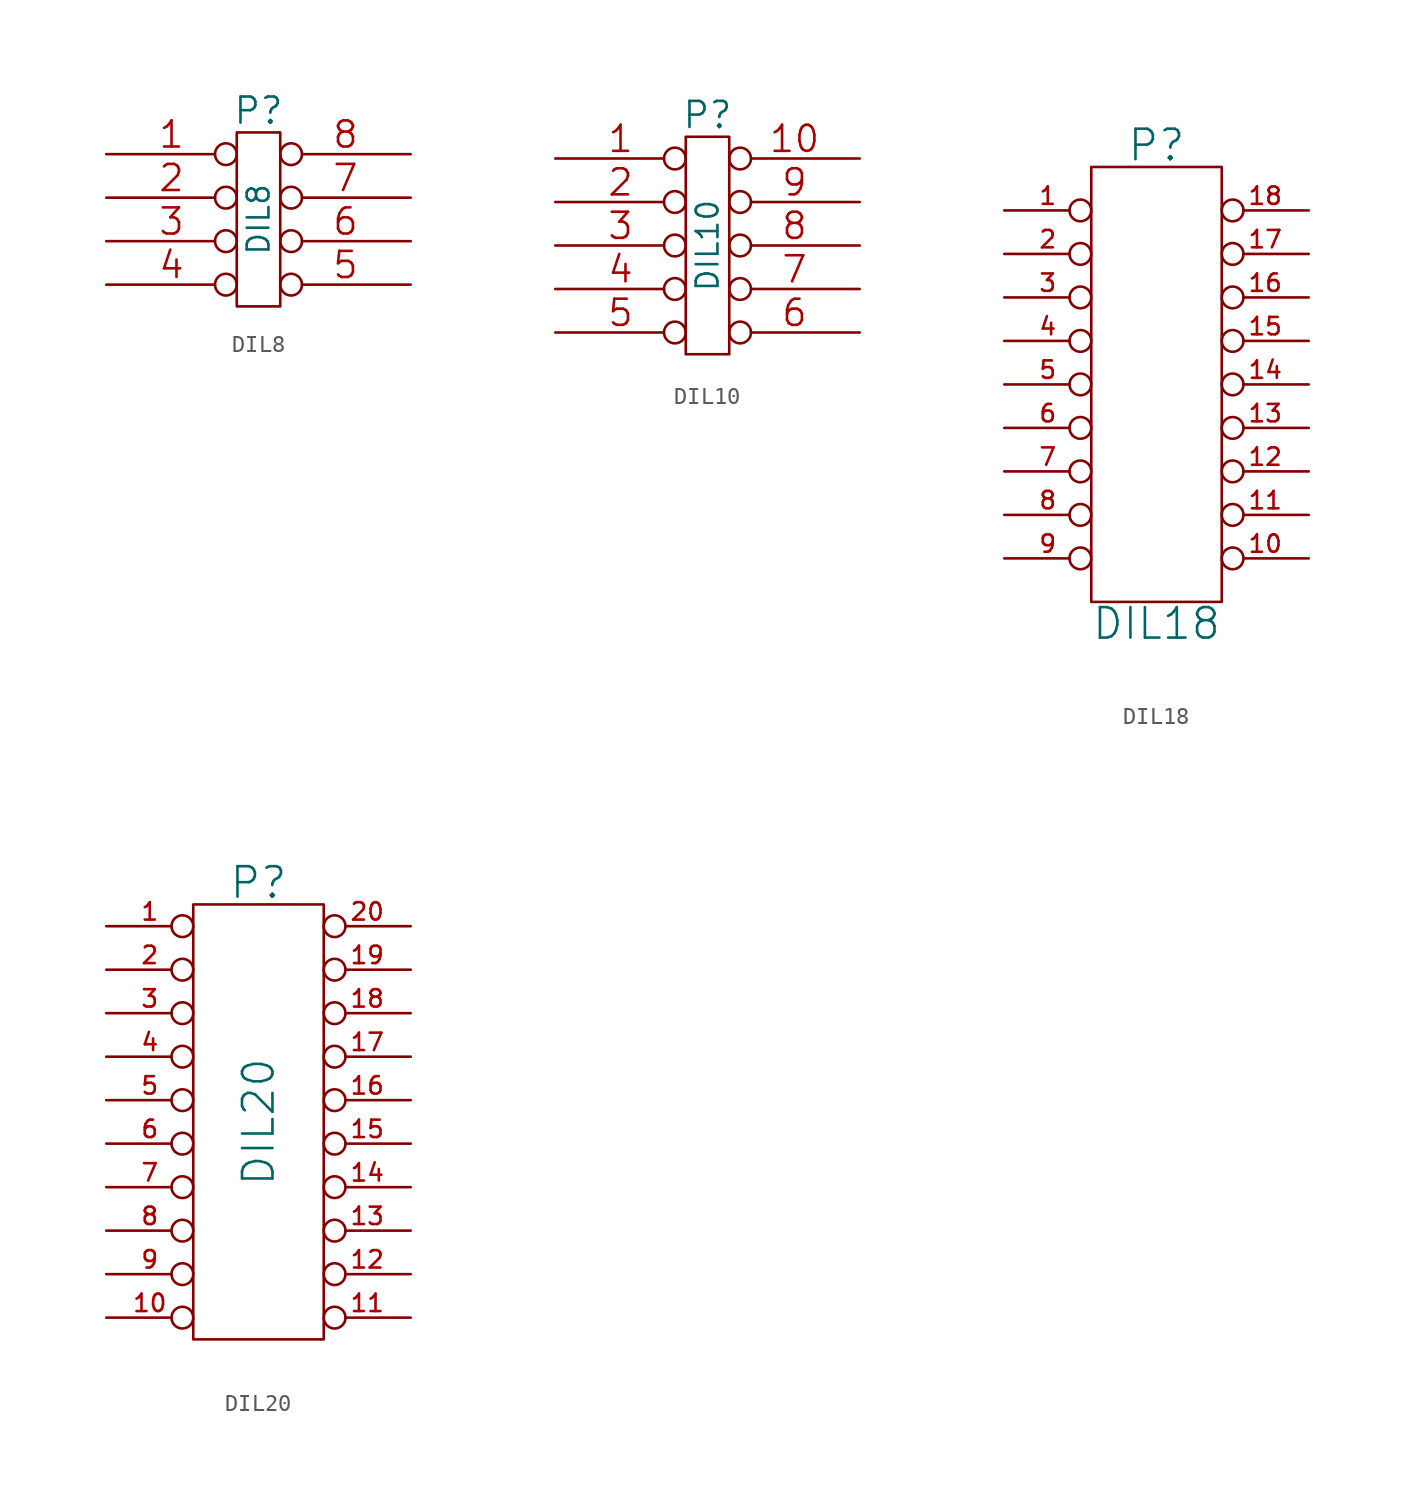
<source format=kicad_sym>
(kicad_symbol_lib
  (version 20220914)
  (generator kicad_symbol_editor)
  (symbol "DIL8"
    (pin_names
      (offset 1.016) hide)
    (property "Reference" "P"
      (at 0 6.35 0)
      (effects (font (size 1.524 1.524))))
    (property "Value" "DIL8"
      (at 0 0 90)
      (effects (font (size 1.27 1.27))))
    (property "Footprint" ""
      (at 0 0 0)
      (effects (font (size 1.524 1.524))))
    (property "Datasheet" ""
      (at 0 0 0)
      (effects (font (size 1.524 1.524))))
    (symbol "DIL8_0_1"
      (rectangle (start -1.27 5.08) (end 1.27 -5.08) (stroke (width 0) (type default)) (fill (type none))))
    (symbol "DIL8_1_1"
      (pin passive inverted (at -8.89 3.81 0) (length 7.62) (name "P1" (effects (font (size 1.524 1.524)))) (number "1" (effects (font (size 1.524 1.524)))))
      (pin passive inverted (at -8.89 1.27 0) (length 7.62) (name "P2" (effects (font (size 1.524 1.524)))) (number "2" (effects (font (size 1.524 1.524)))))
      (pin passive inverted (at -8.89 -1.27 0) (length 7.62) (name "P3" (effects (font (size 1.524 1.524)))) (number "3" (effects (font (size 1.524 1.524)))))
      (pin passive inverted (at -8.89 -3.81 0) (length 7.62) (name "P4" (effects (font (size 1.524 1.524)))) (number "4" (effects (font (size 1.524 1.524)))))
      (pin passive inverted (at 8.89 -3.81 180) (length 7.62) (name "P5" (effects (font (size 1.524 1.524)))) (number "5" (effects (font (size 1.524 1.524)))))
      (pin passive inverted (at 8.89 -1.27 180) (length 7.62) (name "P6" (effects (font (size 1.524 1.524)))) (number "6" (effects (font (size 1.524 1.524)))))
      (pin passive inverted (at 8.89 1.27 180) (length 7.62) (name "P7" (effects (font (size 1.524 1.524)))) (number "7" (effects (font (size 1.524 1.524)))))
      (pin passive inverted (at 8.89 3.81 180) (length 7.62) (name "P8" (effects (font (size 1.524 1.524)))) (number "8" (effects (font (size 1.524 1.524)))))))
  (symbol "DIL10"
    (pin_names
      (offset 1.016) hide)
    (property "Reference" "P"
      (at 0 7.62 0)
      (effects (font (size 1.524 1.524))))
    (property "Value" "DIL10"
      (at 0 0 90)
      (effects (font (size 1.27 1.27))))
    (property "Footprint" ""
      (at 0 0 0)
      (effects (font (size 1.524 1.524))))
    (property "Datasheet" ""
      (at 0 0 0)
      (effects (font (size 1.524 1.524))))
    (symbol "DIL10_0_1"
      (rectangle (start -1.27 6.35) (end 1.27 -6.35) (stroke (width 0) (type default)) (fill (type none))))
    (symbol "DIL10_1_1"
      (pin passive inverted (at -8.89 5.08 0) (length 7.62) (name "P1" (effects (font (size 1.524 1.524)))) (number "1" (effects (font (size 1.524 1.524)))))
      (pin passive inverted (at 8.89 5.08 180) (length 7.62) (name "P10" (effects (font (size 1.524 1.524)))) (number "10" (effects (font (size 1.524 1.524)))))
      (pin passive inverted (at -8.89 2.54 0) (length 7.62) (name "P2" (effects (font (size 1.524 1.524)))) (number "2" (effects (font (size 1.524 1.524)))))
      (pin passive inverted (at -8.89 0 0) (length 7.62) (name "P3" (effects (font (size 1.524 1.524)))) (number "3" (effects (font (size 1.524 1.524)))))
      (pin passive inverted (at -8.89 -2.54 0) (length 7.62) (name "P4" (effects (font (size 1.524 1.524)))) (number "4" (effects (font (size 1.524 1.524)))))
      (pin passive inverted (at -8.89 -5.08 0) (length 7.62) (name "P5" (effects (font (size 1.524 1.524)))) (number "5" (effects (font (size 1.524 1.524)))))
      (pin passive inverted (at 8.89 -5.08 180) (length 7.62) (name "P6" (effects (font (size 1.524 1.524)))) (number "6" (effects (font (size 1.524 1.524)))))
      (pin passive inverted (at 8.89 -2.54 180) (length 7.62) (name "P7" (effects (font (size 1.524 1.524)))) (number "7" (effects (font (size 1.524 1.524)))))
      (pin passive inverted (at 8.89 0 180) (length 7.62) (name "P8" (effects (font (size 1.524 1.524)))) (number "8" (effects (font (size 1.524 1.524)))))
      (pin passive inverted (at 8.89 2.54 180) (length 7.62) (name "P9" (effects (font (size 1.524 1.524)))) (number "9" (effects (font (size 1.524 1.524)))))))
  (symbol "DIL18"
    (pin_names
      (offset 1.016) hide)
    (property "Reference" "P"
      (at 0 13.97 0)
      (effects (font (size 1.778 1.778))))
    (property "Value" "DIL18"
      (at 0 -13.97 0)
      (effects (font (size 1.778 1.778))))
    (property "Footprint" ""
      (at 0 0 0)
      (effects (font (size 1.524 1.524))))
    (property "Datasheet" ""
      (at 0 0 0)
      (effects (font (size 1.524 1.524))))
    (symbol "DIL18_0_1"
      (rectangle (start -3.81 12.7) (end 3.81 -12.7) (stroke (width 0) (type default)) (fill (type none))))
    (symbol "DIL18_1_1"
      (pin passive inverted (at -8.89 10.16 0) (length 5.08) (name "P1" (effects (font (size 1.016 1.016)))) (number "1" (effects (font (size 1.016 1.016)))))
      (pin passive inverted (at 8.89 -10.16 180) (length 5.08) (name "P10" (effects (font (size 1.016 1.016)))) (number "10" (effects (font (size 1.016 1.016)))))
      (pin passive inverted (at 8.89 -7.62 180) (length 5.08) (name "P11" (effects (font (size 1.016 1.016)))) (number "11" (effects (font (size 1.016 1.016)))))
      (pin passive inverted (at 8.89 -5.08 180) (length 5.08) (name "P12" (effects (font (size 1.016 1.016)))) (number "12" (effects (font (size 1.016 1.016)))))
      (pin passive inverted (at 8.89 -2.54 180) (length 5.08) (name "P13" (effects (font (size 1.016 1.016)))) (number "13" (effects (font (size 1.016 1.016)))))
      (pin passive inverted (at 8.89 0 180) (length 5.08) (name "P14" (effects (font (size 1.016 1.016)))) (number "14" (effects (font (size 1.016 1.016)))))
      (pin passive inverted (at 8.89 2.54 180) (length 5.08) (name "P15" (effects (font (size 1.016 1.016)))) (number "15" (effects (font (size 1.016 1.016)))))
      (pin passive inverted (at 8.89 5.08 180) (length 5.08) (name "P16" (effects (font (size 1.016 1.016)))) (number "16" (effects (font (size 1.016 1.016)))))
      (pin passive inverted (at 8.89 7.62 180) (length 5.08) (name "P17" (effects (font (size 1.016 1.016)))) (number "17" (effects (font (size 1.016 1.016)))))
      (pin passive inverted (at 8.89 10.16 180) (length 5.08) (name "P18" (effects (font (size 1.016 1.016)))) (number "18" (effects (font (size 1.016 1.016)))))
      (pin passive inverted (at -8.89 7.62 0) (length 5.08) (name "P2" (effects (font (size 1.016 1.016)))) (number "2" (effects (font (size 1.016 1.016)))))
      (pin passive inverted (at -8.89 5.08 0) (length 5.08) (name "P3" (effects (font (size 1.016 1.016)))) (number "3" (effects (font (size 1.016 1.016)))))
      (pin passive inverted (at -8.89 2.54 0) (length 5.08) (name "P4" (effects (font (size 1.016 1.016)))) (number "4" (effects (font (size 1.016 1.016)))))
      (pin passive inverted (at -8.89 0 0) (length 5.08) (name "P5" (effects (font (size 1.016 1.016)))) (number "5" (effects (font (size 1.016 1.016)))))
      (pin passive inverted (at -8.89 -2.54 0) (length 5.08) (name "P6" (effects (font (size 1.016 1.016)))) (number "6" (effects (font (size 1.016 1.016)))))
      (pin passive inverted (at -8.89 -5.08 0) (length 5.08) (name "P7" (effects (font (size 1.016 1.016)))) (number "7" (effects (font (size 1.016 1.016)))))
      (pin passive inverted (at -8.89 -7.62 0) (length 5.08) (name "P8" (effects (font (size 1.016 1.016)))) (number "8" (effects (font (size 1.016 1.016)))))
      (pin passive inverted (at -8.89 -10.16 0) (length 5.08) (name "P9" (effects (font (size 1.016 1.016)))) (number "9" (effects (font (size 1.016 1.016)))))))
  (symbol "DIL20"
    (pin_names
      (offset 1.016) hide)
    (property "Reference" "P"
      (at 0 13.97 0)
      (effects (font (size 1.778 1.778))))
    (property "Value" "DIL20"
      (at 0 0 90)
      (effects (font (size 1.778 1.778))))
    (property "Footprint" ""
      (at 0 0 0)
      (effects (font (size 1.524 1.524))))
    (property "Datasheet" ""
      (at 0 0 0)
      (effects (font (size 1.524 1.524))))
    (symbol "DIL20_0_1"
      (rectangle (start -3.81 12.7) (end 3.81 -12.7) (stroke (width 0) (type default)) (fill (type none))))
    (symbol "DIL20_1_1"
      (pin passive inverted (at -8.89 11.43 0) (length 5.08) (name "P1" (effects (font (size 1.016 1.016)))) (number "1" (effects (font (size 1.016 1.016)))))
      (pin passive inverted (at -8.89 -11.43 0) (length 5.08) (name "P10" (effects (font (size 1.016 1.016)))) (number "10" (effects (font (size 1.016 1.016)))))
      (pin passive inverted (at 8.89 -11.43 180) (length 5.08) (name "P11" (effects (font (size 1.016 1.016)))) (number "11" (effects (font (size 1.016 1.016)))))
      (pin passive inverted (at 8.89 -8.89 180) (length 5.08) (name "P12" (effects (font (size 1.016 1.016)))) (number "12" (effects (font (size 1.016 1.016)))))
      (pin passive inverted (at 8.89 -6.35 180) (length 5.08) (name "P13" (effects (font (size 1.016 1.016)))) (number "13" (effects (font (size 1.016 1.016)))))
      (pin passive inverted (at 8.89 -3.81 180) (length 5.08) (name "P14" (effects (font (size 1.016 1.016)))) (number "14" (effects (font (size 1.016 1.016)))))
      (pin passive inverted (at 8.89 -1.27 180) (length 5.08) (name "P15" (effects (font (size 1.016 1.016)))) (number "15" (effects (font (size 1.016 1.016)))))
      (pin passive inverted (at 8.89 1.27 180) (length 5.08) (name "P16" (effects (font (size 1.016 1.016)))) (number "16" (effects (font (size 1.016 1.016)))))
      (pin passive inverted (at 8.89 3.81 180) (length 5.08) (name "P17" (effects (font (size 1.016 1.016)))) (number "17" (effects (font (size 1.016 1.016)))))
      (pin passive inverted (at 8.89 6.35 180) (length 5.08) (name "P18" (effects (font (size 1.016 1.016)))) (number "18" (effects (font (size 1.016 1.016)))))
      (pin passive inverted (at 8.89 8.89 180) (length 5.08) (name "P19" (effects (font (size 1.016 1.016)))) (number "19" (effects (font (size 1.016 1.016)))))
      (pin passive inverted (at -8.89 8.89 0) (length 5.08) (name "P2" (effects (font (size 1.016 1.016)))) (number "2" (effects (font (size 1.016 1.016)))))
      (pin passive inverted (at 8.89 11.43 180) (length 5.08) (name "P20" (effects (font (size 1.016 1.016)))) (number "20" (effects (font (size 1.016 1.016)))))
      (pin passive inverted (at -8.89 6.35 0) (length 5.08) (name "P3" (effects (font (size 1.016 1.016)))) (number "3" (effects (font (size 1.016 1.016)))))
      (pin passive inverted (at -8.89 3.81 0) (length 5.08) (name "P4" (effects (font (size 1.016 1.016)))) (number "4" (effects (font (size 1.016 1.016)))))
      (pin passive inverted (at -8.89 1.27 0) (length 5.08) (name "P5" (effects (font (size 1.016 1.016)))) (number "5" (effects (font (size 1.016 1.016)))))
      (pin passive inverted (at -8.89 -1.27 0) (length 5.08) (name "P6" (effects (font (size 1.016 1.016)))) (number "6" (effects (font (size 1.016 1.016)))))
      (pin passive inverted (at -8.89 -3.81 0) (length 5.08) (name "P7" (effects (font (size 1.016 1.016)))) (number "7" (effects (font (size 1.016 1.016)))))
      (pin passive inverted (at -8.89 -6.35 0) (length 5.08) (name "P8" (effects (font (size 1.016 1.016)))) (number "8" (effects (font (size 1.016 1.016)))))
      (pin passive inverted (at -8.89 -8.89 0) (length 5.08) (name "P9" (effects (font (size 1.016 1.016)))) (number "9" (effects (font (size 1.016 1.016))))))))
</source>
